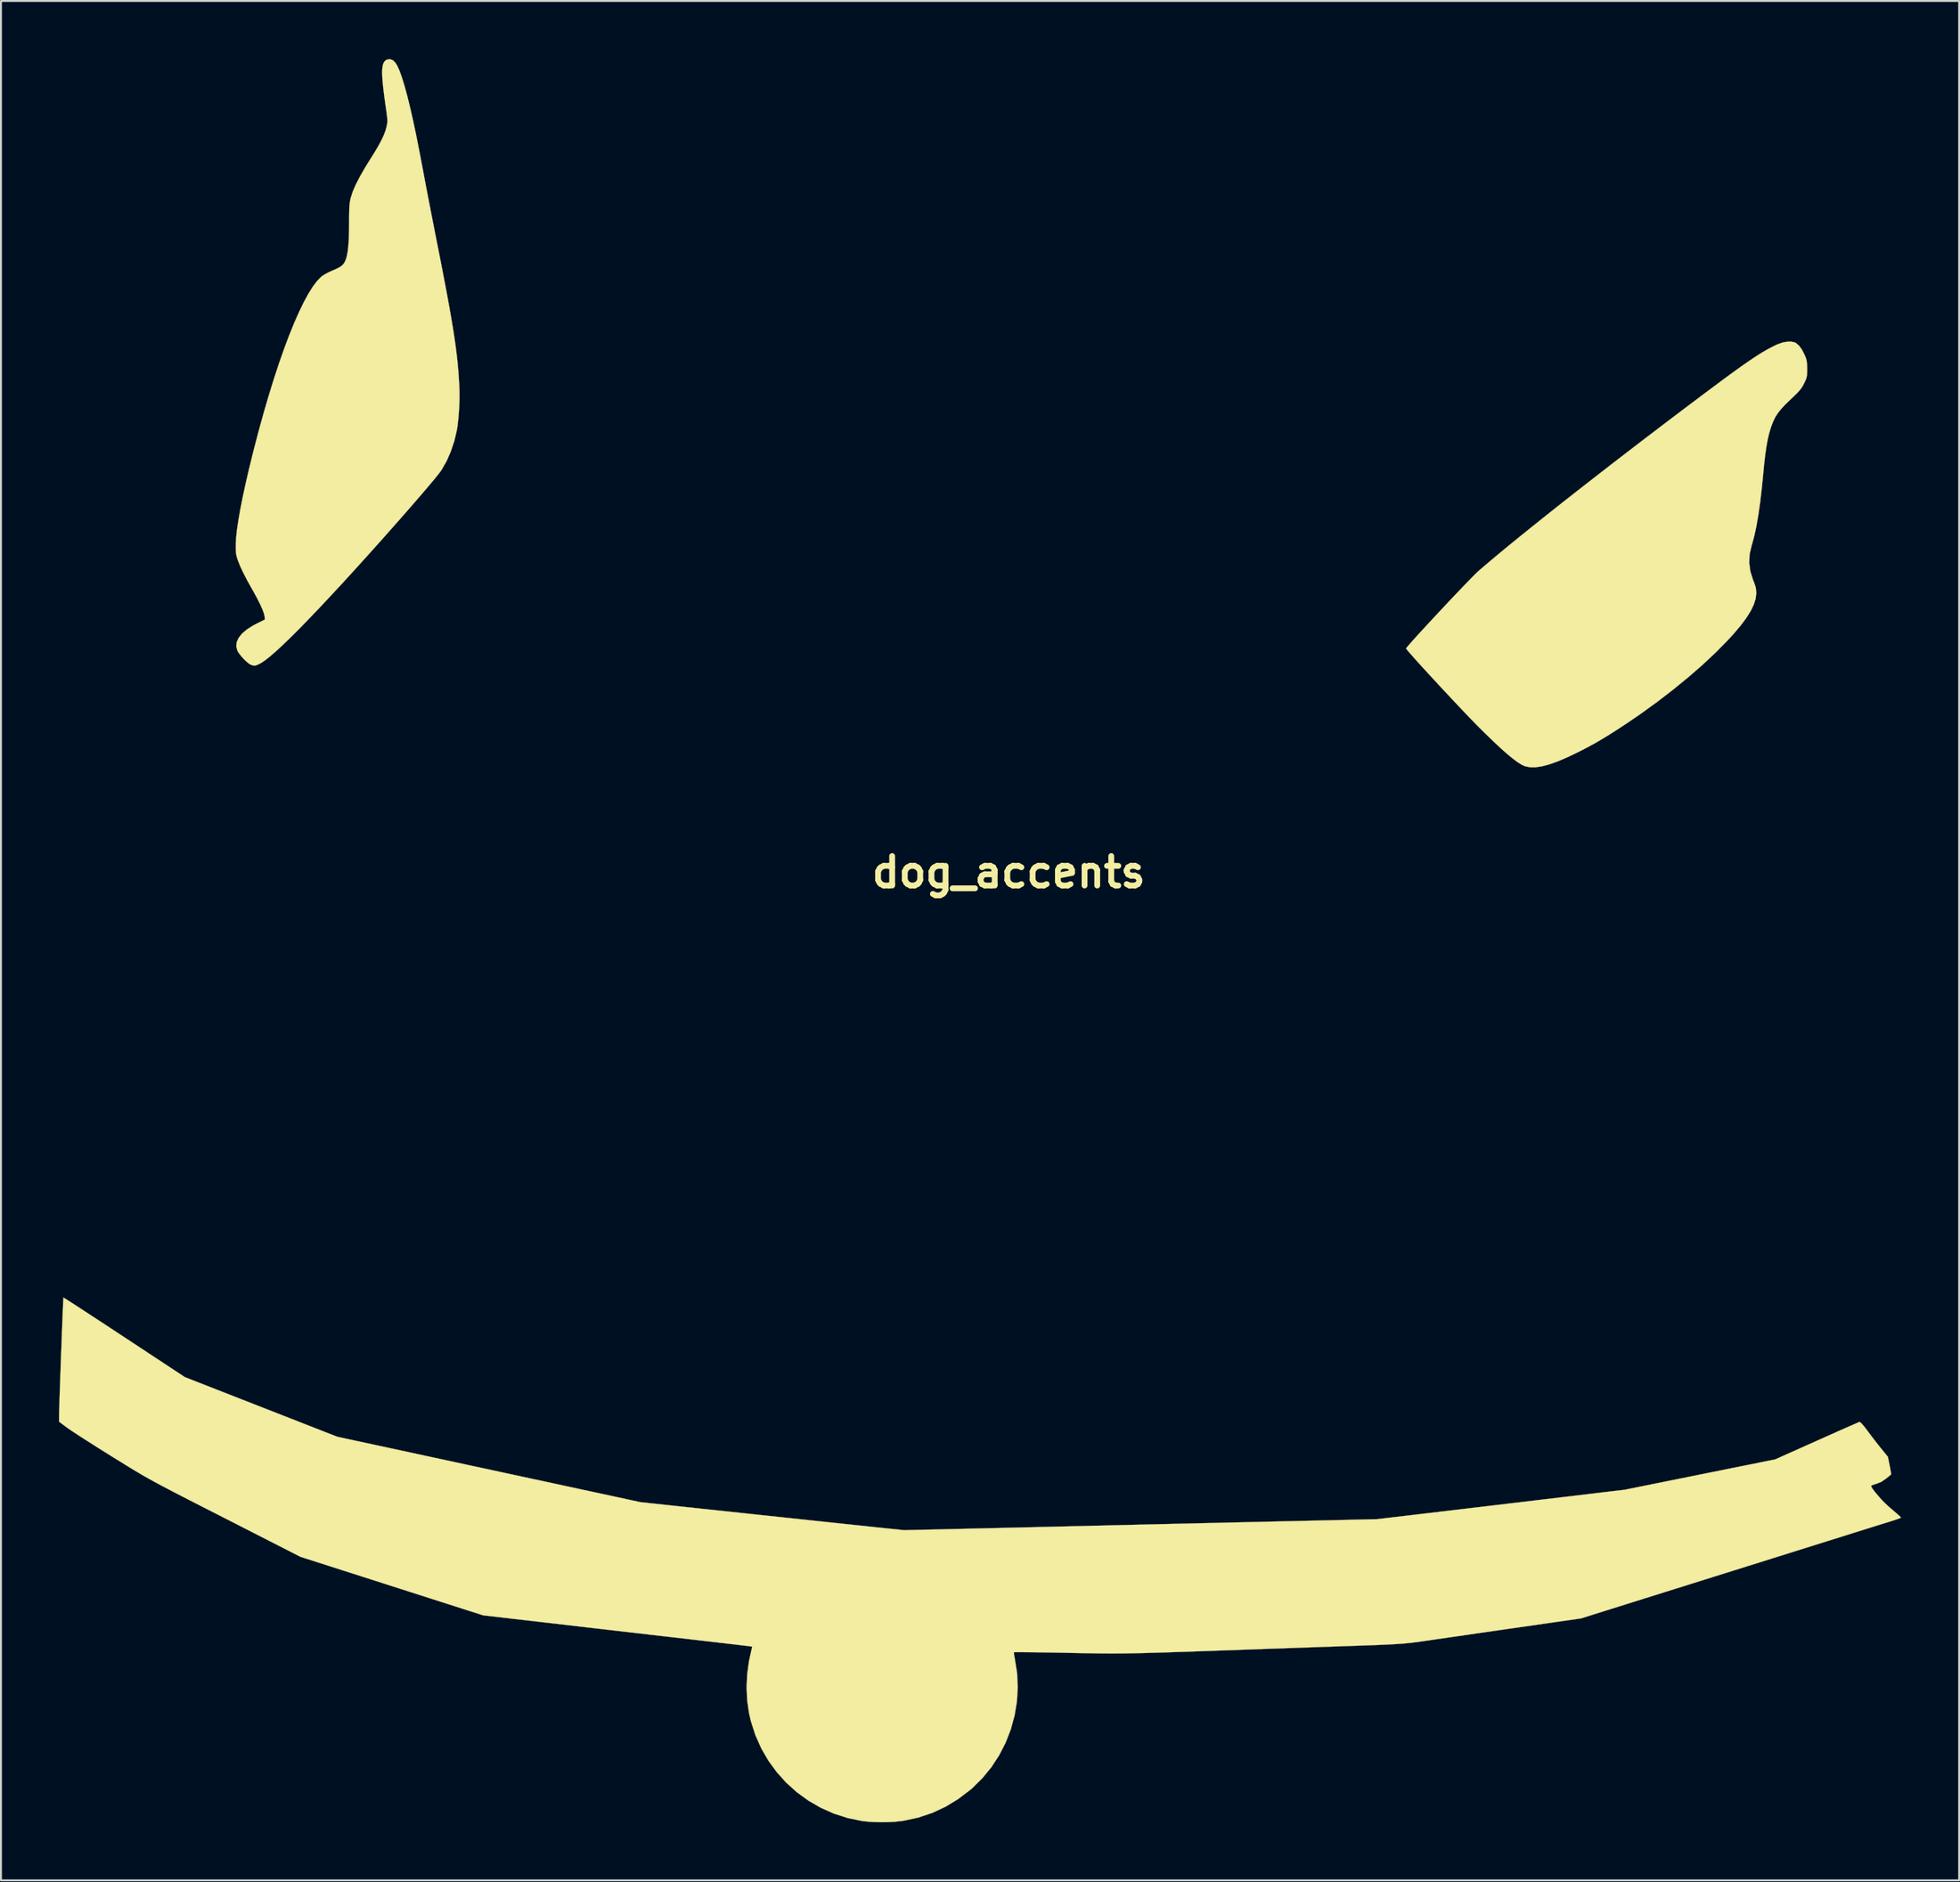
<source format=kicad_pcb>
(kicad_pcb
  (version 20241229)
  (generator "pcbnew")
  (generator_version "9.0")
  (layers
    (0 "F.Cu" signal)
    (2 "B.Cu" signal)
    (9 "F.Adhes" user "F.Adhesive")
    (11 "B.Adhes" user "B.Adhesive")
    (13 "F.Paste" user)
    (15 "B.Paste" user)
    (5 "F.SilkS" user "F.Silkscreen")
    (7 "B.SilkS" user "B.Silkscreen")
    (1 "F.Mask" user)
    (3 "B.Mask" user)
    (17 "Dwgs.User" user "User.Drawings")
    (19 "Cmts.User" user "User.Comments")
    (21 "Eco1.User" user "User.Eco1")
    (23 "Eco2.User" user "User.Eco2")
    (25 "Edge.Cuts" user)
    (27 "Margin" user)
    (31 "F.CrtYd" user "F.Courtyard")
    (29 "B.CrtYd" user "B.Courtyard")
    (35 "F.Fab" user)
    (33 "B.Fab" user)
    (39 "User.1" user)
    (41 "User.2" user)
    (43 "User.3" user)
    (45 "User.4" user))
  (footprint "dog_accents"
    (layer "F.Cu")
    (at 49.069 42.028)
    (property "Reference" "dog_accents" (at 0 0 0) (layer "F.SilkS") (effects (font (size 1.524 1.524) (thickness 0.3))))
    (attr through_hole)
    (fp_poly (pts (xy 40.615 -27.38) (xy 40.667 -27.354) (xy 40.831 -27.216) (xy 40.98 -27.014) (xy 41.121 -26.738) (xy 41.132 -26.712) (xy 41.19 -26.569) (xy 41.225 -26.443) (xy 41.244 -26.304) (xy 41.252 -26.124) (xy 41.253 -26.012) (xy 41.251 -25.813) (xy 41.242 -25.67) (xy 41.22 -25.554) (xy 41.177 -25.438) (xy 41.108 -25.292) (xy 41.095 -25.264) (xy 41.028 -25.137) (xy 40.958 -25.025) (xy 40.872 -24.913) (xy 40.76 -24.788) (xy 40.608 -24.636) (xy 40.406 -24.444) (xy 40.382 -24.421) (xy 40.115 -24.162) (xy 39.904 -23.936) (xy 39.739 -23.728) (xy 39.608 -23.521) (xy 39.499 -23.298) (xy 39.401 -23.043) (xy 39.374 -22.966) (xy 39.29 -22.683) (xy 39.215 -22.364) (xy 39.149 -22.001) (xy 39.088 -21.581) (xy 39.032 -21.095) (xy 38.99 -20.659) (xy 38.91 -19.847) (xy 38.824 -19.118) (xy 38.732 -18.47) (xy 38.634 -17.899) (xy 38.528 -17.404) (xy 38.416 -16.984) (xy 38.387 -16.891) (xy 38.281 -16.438) (xy 38.26 -15.987) (xy 38.321 -15.535) (xy 38.467 -15.078) (xy 38.515 -14.966) (xy 38.6 -14.706) (xy 38.627 -14.433) (xy 38.593 -14.144) (xy 38.497 -13.835) (xy 38.337 -13.501) (xy 38.11 -13.139) (xy 37.815 -12.745) (xy 37.451 -12.314) (xy 37.152 -11.988) (xy 36.541 -11.367) (xy 35.861 -10.729) (xy 35.12 -10.083) (xy 34.331 -9.438) (xy 33.504 -8.801) (xy 32.649 -8.182) (xy 31.941 -7.698) (xy 31.476 -7.392) (xy 31.062 -7.128) (xy 30.683 -6.895) (xy 30.321 -6.684) (xy 29.96 -6.485) (xy 29.583 -6.289) (xy 29.376 -6.184) (xy 28.83 -5.924) (xy 28.344 -5.718) (xy 27.913 -5.567) (xy 27.535 -5.468) (xy 27.205 -5.421) (xy 26.919 -5.425) (xy 26.673 -5.478) (xy 26.655 -5.485) (xy 26.488 -5.563) (xy 26.286 -5.691) (xy 26.045 -5.871) (xy 25.762 -6.104) (xy 25.435 -6.393) (xy 25.062 -6.742) (xy 24.639 -7.151) (xy 24.316 -7.47) (xy 24.137 -7.651) (xy 23.924 -7.87) (xy 23.682 -8.122) (xy 23.418 -8.399) (xy 23.138 -8.696) (xy 22.846 -9.007) (xy 22.549 -9.325) (xy 22.252 -9.644) (xy 21.961 -9.959) (xy 21.682 -10.262) (xy 21.42 -10.548) (xy 21.181 -10.811) (xy 20.971 -11.044) (xy 20.796 -11.242) (xy 20.66 -11.397) (xy 20.571 -11.505) (xy 20.533 -11.559) (xy 20.532 -11.562) (xy 20.56 -11.605) (xy 20.641 -11.704) (xy 20.768 -11.85) (xy 20.937 -12.039) (xy 21.14 -12.263) (xy 21.372 -12.517) (xy 21.627 -12.794) (xy 21.899 -13.087) (xy 22.182 -13.391) (xy 22.47 -13.699) (xy 22.757 -14.005) (xy 23.038 -14.301) (xy 23.306 -14.583) (xy 23.555 -14.843) (xy 23.78 -15.075) (xy 23.974 -15.274) (xy 24.131 -15.432) (xy 24.247 -15.542) (xy 24.284 -15.576) (xy 24.724 -15.953) (xy 25.227 -16.377) (xy 25.791 -16.843) (xy 26.411 -17.348) (xy 27.083 -17.89) (xy 27.802 -18.465) (xy 28.564 -19.069) (xy 29.366 -19.699) (xy 30.202 -20.352) (xy 31.068 -21.025) (xy 31.961 -21.713) (xy 32.876 -22.415) (xy 33.808 -23.125) (xy 34.734 -23.827) (xy 35.36 -24.299) (xy 35.923 -24.722) (xy 36.429 -25.1) (xy 36.881 -25.436) (xy 37.285 -25.733) (xy 37.645 -25.994) (xy 37.965 -26.222) (xy 38.252 -26.421) (xy 38.508 -26.594) (xy 38.739 -26.744) (xy 38.949 -26.874) (xy 39.143 -26.987) (xy 39.326 -27.087) (xy 39.502 -27.177) (xy 39.676 -27.26) (xy 39.741 -27.289) (xy 39.978 -27.373) (xy 40.218 -27.417) (xy 40.437 -27.42) (xy 40.615 -27.38)) (stroke (width 0.01) (type solid)) (fill yes) (layer "F.SilkS"))
    (fp_poly (pts (xy -31.817 -41.964) (xy -31.68 -41.824) (xy -31.587 -41.668) (xy -31.47 -41.403) (xy -31.346 -41.055) (xy -31.215 -40.625) (xy -31.076 -40.114) (xy -30.93 -39.523) (xy -30.778 -38.852) (xy -30.619 -38.104) (xy -30.455 -37.278) (xy -30.289 -36.407) (xy -30.224 -36.06) (xy -30.146 -35.645) (xy -30.057 -35.179) (xy -29.96 -34.675) (xy -29.858 -34.15) (xy -29.754 -33.62) (xy -29.652 -33.098) (xy -29.554 -32.601) (xy -29.549 -32.575) (xy -29.381 -31.728) (xy -29.231 -30.956) (xy -29.097 -30.255) (xy -28.978 -29.617) (xy -28.873 -29.036) (xy -28.781 -28.505) (xy -28.701 -28.019) (xy -28.632 -27.57) (xy -28.574 -27.153) (xy -28.524 -26.761) (xy -28.483 -26.387) (xy -28.449 -26.026) (xy -28.421 -25.67) (xy -28.399 -25.313) (xy -28.383 -25.019) (xy -28.376 -24.664) (xy -28.383 -24.265) (xy -28.404 -23.85) (xy -28.436 -23.446) (xy -28.478 -23.079) (xy -28.516 -22.842) (xy -28.644 -22.292) (xy -28.822 -21.757) (xy -29.039 -21.258) (xy -29.289 -20.817) (xy -29.338 -20.743) (xy -29.431 -20.618) (xy -29.577 -20.435) (xy -29.77 -20.2) (xy -30.006 -19.919) (xy -30.281 -19.596) (xy -30.59 -19.238) (xy -30.927 -18.849) (xy -31.29 -18.434) (xy -31.672 -18) (xy -32.069 -17.551) (xy -32.476 -17.093) (xy -32.89 -16.631) (xy -33.305 -16.17) (xy -33.716 -15.715) (xy -34.119 -15.273) (xy -34.441 -14.922) (xy -35.084 -14.228) (xy -35.676 -13.598) (xy -36.216 -13.033) (xy -36.706 -12.531) (xy -37.146 -12.092) (xy -37.538 -11.715) (xy -37.881 -11.4) (xy -38.177 -11.144) (xy -38.427 -10.948) (xy -38.632 -10.811) (xy -38.744 -10.752) (xy -38.868 -10.699) (xy -38.954 -10.678) (xy -39.039 -10.686) (xy -39.143 -10.714) (xy -39.242 -10.768) (xy -39.372 -10.874) (xy -39.516 -11.012) (xy -39.655 -11.165) (xy -39.772 -11.315) (xy -39.849 -11.44) (xy -39.91 -11.661) (xy -39.89 -11.885) (xy -39.789 -12.11) (xy -39.612 -12.332) (xy -39.359 -12.548) (xy -39.033 -12.754) (xy -38.872 -12.838) (xy -38.43 -13.058) (xy -38.45 -13.24) (xy -38.486 -13.387) (xy -38.564 -13.595) (xy -38.681 -13.854) (xy -38.832 -14.155) (xy -39.013 -14.488) (xy -39.106 -14.652) (xy -39.345 -15.081) (xy -39.549 -15.476) (xy -39.713 -15.827) (xy -39.83 -16.122) (xy -39.84 -16.15) (xy -39.886 -16.296) (xy -39.915 -16.43) (xy -39.931 -16.579) (xy -39.936 -16.767) (xy -39.935 -16.954) (xy -39.918 -17.292) (xy -39.873 -17.706) (xy -39.801 -18.193) (xy -39.703 -18.75) (xy -39.58 -19.372) (xy -39.433 -20.056) (xy -39.261 -20.799) (xy -39.066 -21.598) (xy -39.031 -21.738) (xy -38.773 -22.73) (xy -38.511 -23.681) (xy -38.247 -24.589) (xy -37.981 -25.451) (xy -37.715 -26.262) (xy -37.45 -27.02) (xy -37.187 -27.722) (xy -36.928 -28.363) (xy -36.673 -28.942) (xy -36.425 -29.454) (xy -36.185 -29.897) (xy -35.953 -30.266) (xy -35.731 -30.56) (xy -35.521 -30.774) (xy -35.466 -30.817) (xy -35.33 -30.904) (xy -35.148 -31.001) (xy -34.955 -31.088) (xy -34.913 -31.105) (xy -34.725 -31.188) (xy -34.558 -31.278) (xy -34.439 -31.361) (xy -34.424 -31.375) (xy -34.335 -31.486) (xy -34.261 -31.633) (xy -34.202 -31.823) (xy -34.155 -32.064) (xy -34.121 -32.361) (xy -34.097 -32.722) (xy -34.084 -33.155) (xy -34.079 -33.638) (xy -34.078 -33.957) (xy -34.073 -34.207) (xy -34.065 -34.403) (xy -34.051 -34.562) (xy -34.03 -34.698) (xy -34.003 -34.828) (xy -33.993 -34.865) (xy -33.892 -35.176) (xy -33.732 -35.544) (xy -33.514 -35.967) (xy -33.239 -36.444) (xy -32.999 -36.83) (xy -32.754 -37.223) (xy -32.556 -37.56) (xy -32.401 -37.85) (xy -32.284 -38.103) (xy -32.2 -38.328) (xy -32.147 -38.52) (xy -32.124 -38.63) (xy -32.109 -38.727) (xy -32.103 -38.825) (xy -32.108 -38.942) (xy -32.123 -39.094) (xy -32.15 -39.297) (xy -32.188 -39.566) (xy -32.189 -39.571) (xy -32.261 -40.085) (xy -32.315 -40.522) (xy -32.352 -40.889) (xy -32.371 -41.192) (xy -32.372 -41.437) (xy -32.355 -41.629) (xy -32.32 -41.776) (xy -32.266 -41.884) (xy -32.194 -41.958) (xy -32.122 -41.998) (xy -31.965 -42.023) (xy -31.817 -41.964)) (stroke (width 0.01) (type solid)) (fill yes) (layer "F.SilkS"))
    (fp_poly (pts (xy -48.803 22.007) (xy -48.701 22.071) (xy -48.538 22.175) (xy -48.32 22.316) (xy -48.051 22.49) (xy -47.737 22.695) (xy -47.383 22.927) (xy -46.993 23.182) (xy -46.573 23.457) (xy -46.129 23.75) (xy -45.696 24.035) (xy -42.566 26.099) (xy -34.692 29.18) (xy -32.851 29.577) (xy -32.427 29.668) (xy -31.995 29.761) (xy -31.569 29.853) (xy -31.163 29.941) (xy -30.792 30.021) (xy -30.47 30.091) (xy -30.211 30.147) (xy -30.141 30.162) (xy -29.95 30.203) (xy -29.686 30.26) (xy -29.358 30.331) (xy -28.975 30.414) (xy -28.547 30.506) (xy -28.083 30.606) (xy -27.594 30.712) (xy -27.087 30.821) (xy -26.573 30.932) (xy -26.331 30.984) (xy -25.766 31.106) (xy -25.164 31.236) (xy -24.541 31.37) (xy -23.911 31.506) (xy -23.29 31.64) (xy -22.692 31.769) (xy -22.133 31.89) (xy -21.628 31.999) (xy -21.209 32.089) (xy -19.029 32.56) (xy -17.103 32.767) (xy -16.689 32.811) (xy -16.265 32.856) (xy -15.823 32.904) (xy -15.358 32.953) (xy -14.864 33.006) (xy -14.335 33.062) (xy -13.765 33.123) (xy -13.148 33.189) (xy -12.477 33.26) (xy -11.748 33.338) (xy -10.953 33.422) (xy -10.087 33.515) (xy -9.144 33.615) (xy -8.975 33.633) (xy -8.55 33.678) (xy -8.116 33.724) (xy -7.687 33.769) (xy -7.279 33.812) (xy -6.906 33.852) (xy -6.584 33.886) (xy -6.328 33.913) (xy -6.293 33.916) (xy -5.41 34.008) (xy -1.34 33.914) (xy -0.688 33.899) (xy -0.01 33.884) (xy 0.683 33.867) (xy 1.38 33.851) (xy 2.069 33.835) (xy 2.738 33.819) (xy 3.376 33.804) (xy 3.971 33.79) (xy 4.511 33.777) (xy 4.985 33.766) (xy 5.228 33.76) (xy 5.592 33.751) (xy 6.033 33.741) (xy 6.542 33.729) (xy 7.11 33.715) (xy 7.73 33.701) (xy 8.394 33.685) (xy 9.093 33.669) (xy 9.818 33.652) (xy 10.562 33.635) (xy 11.317 33.617) (xy 12.073 33.6) (xy 12.823 33.583) (xy 13.377 33.57) (xy 19.029 33.44) (xy 21.357 33.165) (xy 21.757 33.118) (xy 22.23 33.062) (xy 22.765 32.998) (xy 23.351 32.929) (xy 23.977 32.854) (xy 24.632 32.776) (xy 25.304 32.696) (xy 25.984 32.615) (xy 26.659 32.535) (xy 27.32 32.456) (xy 27.754 32.404) (xy 31.823 31.919) (xy 35.713 31.134) (xy 39.603 30.35) (xy 41.741 29.393) (xy 42.142 29.214) (xy 42.521 29.045) (xy 42.87 28.889) (xy 43.184 28.75) (xy 43.453 28.631) (xy 43.672 28.535) (xy 43.832 28.466) (xy 43.926 28.425) (xy 43.949 28.417) (xy 43.996 28.432) (xy 44.072 28.5) (xy 44.181 28.626) (xy 44.328 28.816) (xy 44.39 28.899) (xy 44.559 29.125) (xy 44.747 29.371) (xy 44.932 29.607) (xy 45.09 29.805) (xy 45.093 29.808) (xy 45.425 30.216) (xy 45.515 30.666) (xy 45.55 30.85) (xy 45.576 31) (xy 45.589 31.098) (xy 45.589 31.129) (xy 45.55 31.16) (xy 45.465 31.231) (xy 45.35 31.326) (xy 45.339 31.335) (xy 45.079 31.512) (xy 44.852 31.602) (xy 44.712 31.646) (xy 44.605 31.686) (xy 44.56 31.71) (xy 44.567 31.758) (xy 44.623 31.853) (xy 44.717 31.983) (xy 44.758 32.034) (xy 44.959 32.274) (xy 45.133 32.469) (xy 45.305 32.642) (xy 45.496 32.816) (xy 45.709 32.999) (xy 45.861 33.128) (xy 45.985 33.238) (xy 46.069 33.318) (xy 46.101 33.356) (xy 46.101 33.357) (xy 46.063 33.379) (xy 45.958 33.42) (xy 45.801 33.475) (xy 45.607 33.538) (xy 45.54 33.559) (xy 45.361 33.614) (xy 45.117 33.69) (xy 44.82 33.782) (xy 44.487 33.886) (xy 44.131 33.997) (xy 43.768 34.111) (xy 43.561 34.176) (xy 43.336 34.247) (xy 43.038 34.341) (xy 42.672 34.456) (xy 42.245 34.589) (xy 41.765 34.74) (xy 41.239 34.905) (xy 40.672 35.083) (xy 40.072 35.271) (xy 39.445 35.468) (xy 38.799 35.671) (xy 38.14 35.877) (xy 37.475 36.086) (xy 37.063 36.215) (xy 36.402 36.422) (xy 35.747 36.628) (xy 35.103 36.83) (xy 34.478 37.026) (xy 33.877 37.214) (xy 33.307 37.393) (xy 32.774 37.56) (xy 32.286 37.713) (xy 31.848 37.851) (xy 31.467 37.97) (xy 31.149 38.07) (xy 30.902 38.148) (xy 30.776 38.187) (xy 29.57 38.566) (xy 26.331 39.033) (xy 25.776 39.113) (xy 25.215 39.194) (xy 24.657 39.275) (xy 24.113 39.353) (xy 23.594 39.428) (xy 23.109 39.499) (xy 22.67 39.562) (xy 22.286 39.618) (xy 21.968 39.664) (xy 21.78 39.692) (xy 21.535 39.727) (xy 21.316 39.759) (xy 21.114 39.787) (xy 20.924 39.811) (xy 20.739 39.833) (xy 20.55 39.852) (xy 20.351 39.869) (xy 20.135 39.885) (xy 19.894 39.9) (xy 19.622 39.915) (xy 19.312 39.929) (xy 18.955 39.944) (xy 18.546 39.959) (xy 18.076 39.976) (xy 17.539 39.995) (xy 16.928 40.016) (xy 16.637 40.026) (xy 16.154 40.043) (xy 15.624 40.061) (xy 15.069 40.08) (xy 14.51 40.1) (xy 13.969 40.119) (xy 13.469 40.136) (xy 13.03 40.152) (xy 13.018 40.152) (xy 12.117 40.185) (xy 11.296 40.214) (xy 10.549 40.24) (xy 9.87 40.264) (xy 9.256 40.286) (xy 8.699 40.304) (xy 8.196 40.321) (xy 7.74 40.335) (xy 7.327 40.347) (xy 6.952 40.357) (xy 6.608 40.365) (xy 6.291 40.371) (xy 5.996 40.376) (xy 5.717 40.379) (xy 5.449 40.38) (xy 5.186 40.38) (xy 4.924 40.378) (xy 4.658 40.376) (xy 4.381 40.372) (xy 4.089 40.367) (xy 3.777 40.361) (xy 3.438 40.355) (xy 3.069 40.348) (xy 3.058 40.347) (xy 2.582 40.338) (xy 2.131 40.33) (xy 1.712 40.324) (xy 1.333 40.318) (xy 1 40.314) (xy 0.721 40.312) (xy 0.503 40.311) (xy 0.352 40.311) (xy 0.276 40.314) (xy 0.269 40.315) (xy 0.266 40.364) (xy 0.28 40.473) (xy 0.308 40.621) (xy 0.313 40.647) (xy 0.43 41.384) (xy 0.465 42.125) (xy 0.422 42.863) (xy 0.302 43.589) (xy 0.108 44.299) (xy -0.157 44.984) (xy -0.492 45.638) (xy -0.894 46.254) (xy -1.36 46.824) (xy -1.888 47.343) (xy -1.998 47.437) (xy -2.622 47.91) (xy -3.271 48.304) (xy -3.948 48.618) (xy -4.659 48.857) (xy -5.407 49.02) (xy -5.567 49.044) (xy -5.891 49.078) (xy -6.268 49.096) (xy -6.667 49.099) (xy -7.06 49.086) (xy -7.415 49.059) (xy -7.578 49.038) (xy -8.322 48.884) (xy -9.035 48.655) (xy -9.714 48.353) (xy -10.352 47.984) (xy -10.946 47.552) (xy -11.491 47.062) (xy -11.982 46.517) (xy -12.416 45.922) (xy -12.786 45.282) (xy -13.089 44.6) (xy -13.321 43.882) (xy -13.421 43.446) (xy -13.512 42.808) (xy -13.542 42.137) (xy -13.512 41.459) (xy -13.424 40.8) (xy -13.353 40.467) (xy -13.311 40.288) (xy -13.28 40.143) (xy -13.262 40.05) (xy -13.26 40.024) (xy -13.303 40.018) (xy -13.422 40.002) (xy -13.608 39.979) (xy -13.852 39.95) (xy -14.147 39.914) (xy -14.483 39.875) (xy -14.853 39.832) (xy -15.155 39.797) (xy -15.451 39.763) (xy -15.822 39.72) (xy -16.262 39.669) (xy -16.761 39.611) (xy -17.313 39.548) (xy -17.909 39.479) (xy -18.54 39.406) (xy -19.2 39.329) (xy -19.879 39.251) (xy -20.571 39.171) (xy -21.266 39.09) (xy -21.957 39.01) (xy -22.098 38.994) (xy -27.157 38.408) (xy -31.877 36.896) (xy -36.597 35.383) (xy -37.656 34.842) (xy -37.986 34.673) (xy -38.368 34.478) (xy -38.779 34.268) (xy -39.196 34.055) (xy -39.596 33.851) (xy -39.92 33.685) (xy -40.59 33.343) (xy -41.19 33.037) (xy -41.726 32.764) (xy -42.203 32.52) (xy -42.627 32.302) (xy -43.004 32.108) (xy -43.338 31.934) (xy -43.637 31.777) (xy -43.905 31.635) (xy -44.148 31.504) (xy -44.371 31.381) (xy -44.58 31.263) (xy -44.781 31.148) (xy -44.979 31.031) (xy -45.18 30.911) (xy -45.39 30.784) (xy -45.613 30.646) (xy -45.856 30.496) (xy -46.125 30.329) (xy -46.334 30.2) (xy -46.714 29.963) (xy -47.085 29.73) (xy -47.437 29.506) (xy -47.764 29.298) (xy -48.055 29.11) (xy -48.302 28.948) (xy -48.497 28.818) (xy -48.63 28.726) (xy -48.652 28.71) (xy -49.064 28.402) (xy -49.064 28.076) (xy -49.062 27.965) (xy -49.058 27.786) (xy -49.051 27.544) (xy -49.042 27.25) (xy -49.031 26.911) (xy -49.018 26.536) (xy -49.004 26.131) (xy -48.989 25.706) (xy -48.973 25.269) (xy -48.957 24.828) (xy -48.941 24.391) (xy -48.925 23.966) (xy -48.91 23.562) (xy -48.895 23.186) (xy -48.881 22.847) (xy -48.869 22.553) (xy -48.858 22.311) (xy -48.85 22.131) (xy -48.844 22.02) (xy -48.84 21.987) (xy -48.803 22.007)) (stroke (width 0.01) (type solid)) (fill yes) (layer "F.SilkS")))
  (gr_rect
    (start -3 -3)
    (end 98.175 94.132)
    (stroke (width 0.1) (type default))
    (fill no)
    (layer "Edge.Cuts")))
</source>
